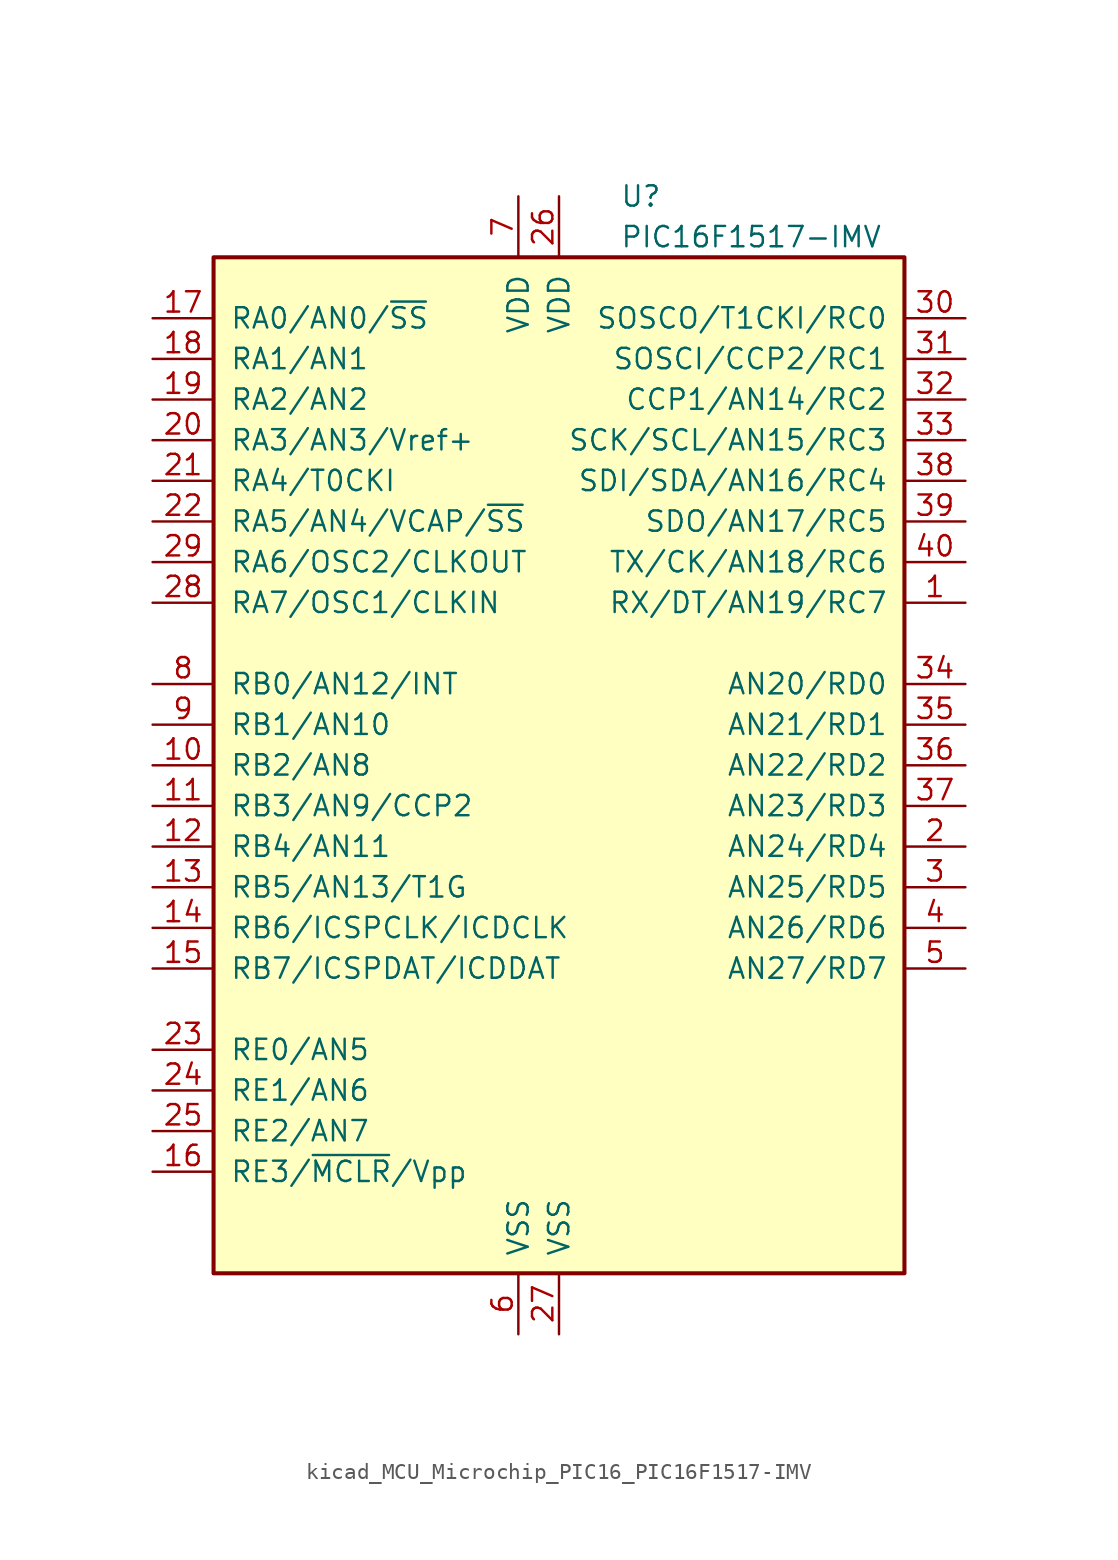
<source format=kicad_sym>
(kicad_symbol_lib
  (version 20220914)
  (generator kicad_symbol_editor)
  (symbol "kicad_MCU_Microchip_PIC16_PIC16F1517-IMV"
    (pin_names
      (offset 1.016))
    (property "Reference" "U"
      (at 3.81 35.56 0)
      (effects (font (size 1.27 1.27)) (justify left)))
    (property "Value" "PIC16F1517-IMV"
      (at 3.81 33.02 0)
      (effects (font (size 1.27 1.27)) (justify left)))
    (symbol "kicad_MCU_Microchip_PIC16_PIC16F1517-IMV_0_1"
      (rectangle (start -21.59 31.75) (end 21.59 -31.75) (stroke (width 0.254) (type default)) (fill (type background))))
    (symbol "kicad_MCU_Microchip_PIC16_PIC16F1517-IMV_1_1"
      (pin bidirectional line (at 25.4 10.16 180) (length 3.81) (name "RX/DT/AN19/RC7" (effects (font (size 1.27 1.27)))) (number "1" (effects (font (size 1.27 1.27)))))
      (pin bidirectional line (at -25.4 0 0) (length 3.81) (name "RB2/AN8" (effects (font (size 1.27 1.27)))) (number "10" (effects (font (size 1.27 1.27)))))
      (pin bidirectional line (at -25.4 -2.54 0) (length 3.81) (name "RB3/AN9/CCP2" (effects (font (size 1.27 1.27)))) (number "11" (effects (font (size 1.27 1.27)))))
      (pin bidirectional line (at -25.4 -5.08 0) (length 3.81) (name "RB4/AN11" (effects (font (size 1.27 1.27)))) (number "12" (effects (font (size 1.27 1.27)))))
      (pin bidirectional line (at -25.4 -7.62 0) (length 3.81) (name "RB5/AN13/T1G" (effects (font (size 1.27 1.27)))) (number "13" (effects (font (size 1.27 1.27)))))
      (pin bidirectional line (at -25.4 -10.16 0) (length 3.81) (name "RB6/ICSPCLK/ICDCLK" (effects (font (size 1.27 1.27)))) (number "14" (effects (font (size 1.27 1.27)))))
      (pin bidirectional line (at -25.4 -12.7 0) (length 3.81) (name "RB7/ICSPDAT/ICDDAT" (effects (font (size 1.27 1.27)))) (number "15" (effects (font (size 1.27 1.27)))))
      (pin input line (at -25.4 -25.4 0) (length 3.81) (name "RE3/~{MCLR}/Vpp" (effects (font (size 1.27 1.27)))) (number "16" (effects (font (size 1.27 1.27)))))
      (pin bidirectional line (at -25.4 27.94 0) (length 3.81) (name "RA0/AN0/~{SS}" (effects (font (size 1.27 1.27)))) (number "17" (effects (font (size 1.27 1.27)))))
      (pin bidirectional line (at -25.4 25.4 0) (length 3.81) (name "RA1/AN1" (effects (font (size 1.27 1.27)))) (number "18" (effects (font (size 1.27 1.27)))))
      (pin bidirectional line (at -25.4 22.86 0) (length 3.81) (name "RA2/AN2" (effects (font (size 1.27 1.27)))) (number "19" (effects (font (size 1.27 1.27)))))
      (pin bidirectional line (at 25.4 -5.08 180) (length 3.81) (name "AN24/RD4" (effects (font (size 1.27 1.27)))) (number "2" (effects (font (size 1.27 1.27)))))
      (pin bidirectional line (at -25.4 20.32 0) (length 3.81) (name "RA3/AN3/Vref+" (effects (font (size 1.27 1.27)))) (number "20" (effects (font (size 1.27 1.27)))))
      (pin bidirectional line (at -25.4 17.78 0) (length 3.81) (name "RA4/T0CKI" (effects (font (size 1.27 1.27)))) (number "21" (effects (font (size 1.27 1.27)))))
      (pin bidirectional line (at -25.4 15.24 0) (length 3.81) (name "RA5/AN4/VCAP/~{SS}" (effects (font (size 1.27 1.27)))) (number "22" (effects (font (size 1.27 1.27)))))
      (pin bidirectional line (at -25.4 -17.78 0) (length 3.81) (name "RE0/AN5" (effects (font (size 1.27 1.27)))) (number "23" (effects (font (size 1.27 1.27)))))
      (pin bidirectional line (at -25.4 -20.32 0) (length 3.81) (name "RE1/AN6" (effects (font (size 1.27 1.27)))) (number "24" (effects (font (size 1.27 1.27)))))
      (pin bidirectional line (at -25.4 -22.86 0) (length 3.81) (name "RE2/AN7" (effects (font (size 1.27 1.27)))) (number "25" (effects (font (size 1.27 1.27)))))
      (pin power_in line (at 0 35.56 270) (length 3.81) (name "VDD" (effects (font (size 1.27 1.27)))) (number "26" (effects (font (size 1.27 1.27)))))
      (pin power_in line (at 0 -35.56 90) (length 3.81) (name "VSS" (effects (font (size 1.27 1.27)))) (number "27" (effects (font (size 1.27 1.27)))))
      (pin bidirectional line (at -25.4 10.16 0) (length 3.81) (name "RA7/OSC1/CLKIN" (effects (font (size 1.27 1.27)))) (number "28" (effects (font (size 1.27 1.27)))))
      (pin bidirectional line (at -25.4 12.7 0) (length 3.81) (name "RA6/OSC2/CLKOUT" (effects (font (size 1.27 1.27)))) (number "29" (effects (font (size 1.27 1.27)))))
      (pin bidirectional line (at 25.4 -7.62 180) (length 3.81) (name "AN25/RD5" (effects (font (size 1.27 1.27)))) (number "3" (effects (font (size 1.27 1.27)))))
      (pin bidirectional line (at 25.4 27.94 180) (length 3.81) (name "SOSCO/T1CKI/RC0" (effects (font (size 1.27 1.27)))) (number "30" (effects (font (size 1.27 1.27)))))
      (pin bidirectional line (at 25.4 25.4 180) (length 3.81) (name "SOSCI/CCP2/RC1" (effects (font (size 1.27 1.27)))) (number "31" (effects (font (size 1.27 1.27)))))
      (pin bidirectional line (at 25.4 22.86 180) (length 3.81) (name "CCP1/AN14/RC2" (effects (font (size 1.27 1.27)))) (number "32" (effects (font (size 1.27 1.27)))))
      (pin bidirectional line (at 25.4 20.32 180) (length 3.81) (name "SCK/SCL/AN15/RC3" (effects (font (size 1.27 1.27)))) (number "33" (effects (font (size 1.27 1.27)))))
      (pin bidirectional line (at 25.4 5.08 180) (length 3.81) (name "AN20/RD0" (effects (font (size 1.27 1.27)))) (number "34" (effects (font (size 1.27 1.27)))))
      (pin bidirectional line (at 25.4 2.54 180) (length 3.81) (name "AN21/RD1" (effects (font (size 1.27 1.27)))) (number "35" (effects (font (size 1.27 1.27)))))
      (pin bidirectional line (at 25.4 0 180) (length 3.81) (name "AN22/RD2" (effects (font (size 1.27 1.27)))) (number "36" (effects (font (size 1.27 1.27)))))
      (pin bidirectional line (at 25.4 -2.54 180) (length 3.81) (name "AN23/RD3" (effects (font (size 1.27 1.27)))) (number "37" (effects (font (size 1.27 1.27)))))
      (pin bidirectional line (at 25.4 17.78 180) (length 3.81) (name "SDI/SDA/AN16/RC4" (effects (font (size 1.27 1.27)))) (number "38" (effects (font (size 1.27 1.27)))))
      (pin bidirectional line (at 25.4 15.24 180) (length 3.81) (name "SDO/AN17/RC5" (effects (font (size 1.27 1.27)))) (number "39" (effects (font (size 1.27 1.27)))))
      (pin bidirectional line (at 25.4 -10.16 180) (length 3.81) (name "AN26/RD6" (effects (font (size 1.27 1.27)))) (number "4" (effects (font (size 1.27 1.27)))))
      (pin bidirectional line (at 25.4 12.7 180) (length 3.81) (name "TX/CK/AN18/RC6" (effects (font (size 1.27 1.27)))) (number "40" (effects (font (size 1.27 1.27)))))
      (pin bidirectional line (at 25.4 -12.7 180) (length 3.81) (name "AN27/RD7" (effects (font (size 1.27 1.27)))) (number "5" (effects (font (size 1.27 1.27)))))
      (pin power_in line (at -2.54 -35.56 90) (length 3.81) (name "VSS" (effects (font (size 1.27 1.27)))) (number "6" (effects (font (size 1.27 1.27)))))
      (pin power_in line (at -2.54 35.56 270) (length 3.81) (name "VDD" (effects (font (size 1.27 1.27)))) (number "7" (effects (font (size 1.27 1.27)))))
      (pin bidirectional line (at -25.4 5.08 0) (length 3.81) (name "RB0/AN12/INT" (effects (font (size 1.27 1.27)))) (number "8" (effects (font (size 1.27 1.27)))))
      (pin bidirectional line (at -25.4 2.54 0) (length 3.81) (name "RB1/AN10" (effects (font (size 1.27 1.27)))) (number "9" (effects (font (size 1.27 1.27))))))))
</source>
